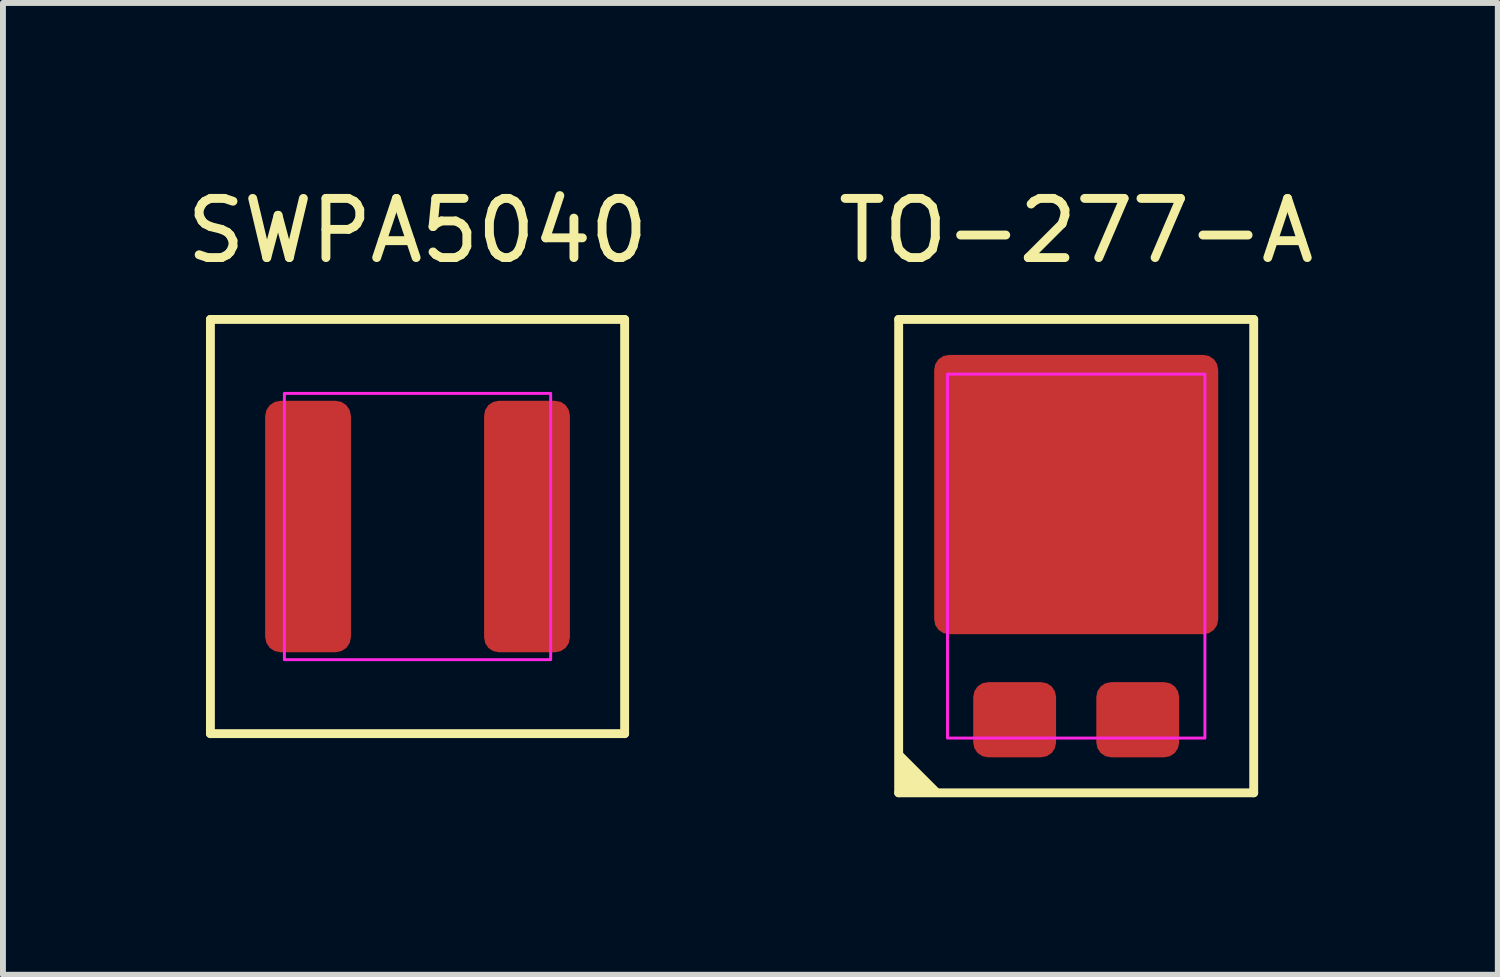
<source format=kicad_pcb>
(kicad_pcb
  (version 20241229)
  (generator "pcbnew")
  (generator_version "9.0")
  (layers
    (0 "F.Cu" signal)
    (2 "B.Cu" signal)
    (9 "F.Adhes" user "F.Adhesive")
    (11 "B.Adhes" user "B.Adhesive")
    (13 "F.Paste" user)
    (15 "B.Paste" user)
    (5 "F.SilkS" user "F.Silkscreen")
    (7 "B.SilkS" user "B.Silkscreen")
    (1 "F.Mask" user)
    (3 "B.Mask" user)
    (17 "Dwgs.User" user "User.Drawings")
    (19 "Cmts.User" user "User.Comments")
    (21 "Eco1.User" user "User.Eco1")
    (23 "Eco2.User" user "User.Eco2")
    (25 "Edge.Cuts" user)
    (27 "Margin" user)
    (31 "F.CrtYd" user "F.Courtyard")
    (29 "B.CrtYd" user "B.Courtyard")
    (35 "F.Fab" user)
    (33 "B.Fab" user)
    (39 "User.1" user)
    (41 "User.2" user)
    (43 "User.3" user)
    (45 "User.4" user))
  (footprint "SWPA5040"
    (layer "F.Cu")
    (at 4.006 5.848)
    (property "Reference" "SWPA5040" (at 0 -5 0) (layer "F.SilkS") (effects (font (size 1 1) (thickness 0.15))))
    (fp_line (start -3.5 -3.5) (end 3.5 -3.5) (stroke (width 0.15) (type solid)) (layer "F.SilkS"))
    (fp_line (start -3.5 3.5) (end -3.5 -3.5) (stroke (width 0.15) (type solid)) (layer "F.SilkS"))
    (fp_line (start -3.5 3.5) (end 3.5 3.5) (stroke (width 0.15) (type solid)) (layer "F.SilkS"))
    (fp_line (start 3.5 3.5) (end 3.5 -3.5) (stroke (width 0.15) (type solid)) (layer "F.SilkS"))
    (fp_rect (start -2.25 -2.25) (end 2.25 2.25) (stroke (width 0.05) (type solid)) (fill no) (layer "F.CrtYd"))
    (pad "1" smd roundrect (at -1.85 0) (size 1.45 4.25) (layers "F.Cu" "F.Mask" "F.Paste") (roundrect_rratio 0.179))
    (pad "2" smd roundrect (at 1.85 0) (size 1.45 4.25) (layers "F.Cu" "F.Mask" "F.Paste") (roundrect_rratio 0.172)))
  (footprint "TO-277-A"
    (layer "F.Cu")
    (at 15.137 6.348)
    (property "Reference" "TO-277-A" (at 0 -5.5 0) (layer "F.SilkS") (effects (font (size 1 1) (thickness 0.15))))
    (fp_line (start -3 -4) (end 3 -4) (stroke (width 0.15) (type solid)) (layer "F.SilkS"))
    (fp_line (start -3 4) (end -3 -4) (stroke (width 0.15) (type solid)) (layer "F.SilkS"))
    (fp_line (start -3 4) (end 3 4) (stroke (width 0.15) (type solid)) (layer "F.SilkS"))
    (fp_line (start 3 -4) (end 3 4) (stroke (width 0.15) (type solid)) (layer "F.SilkS"))
    (fp_poly (pts (xy -3 4) (xy -2.25 4) (xy -3 3.25)) (stroke (width 0) (type default)) (fill yes) (layer "F.SilkS"))
    (fp_rect (start -2.175 3.075) (end 2.175 -3.075) (stroke (width 0.05) (type default)) (fill no) (layer "F.CrtYd"))
    (pad "1" smd roundrect (at -1.04 2.765) (size 1.4 1.27) (layers "F.Cu" "F.Mask" "F.Paste") (roundrect_rratio 0.197))
    (pad "2" smd roundrect (at 1.04 2.765) (size 1.4 1.27) (layers "F.Cu" "F.Mask" "F.Paste") (roundrect_rratio 0.197))
    (pad "3" smd roundrect (at 0 -1.04) (size 4.8 4.72) (layers "F.Cu" "F.Mask" "F.Paste") (roundrect_rratio 0.053)))
  (gr_rect
    (start -3 -3)
    (end 22.262 13.423)
    (stroke (width 0.1) (type default))
    (fill no)
    (layer "Edge.Cuts")))
</source>
